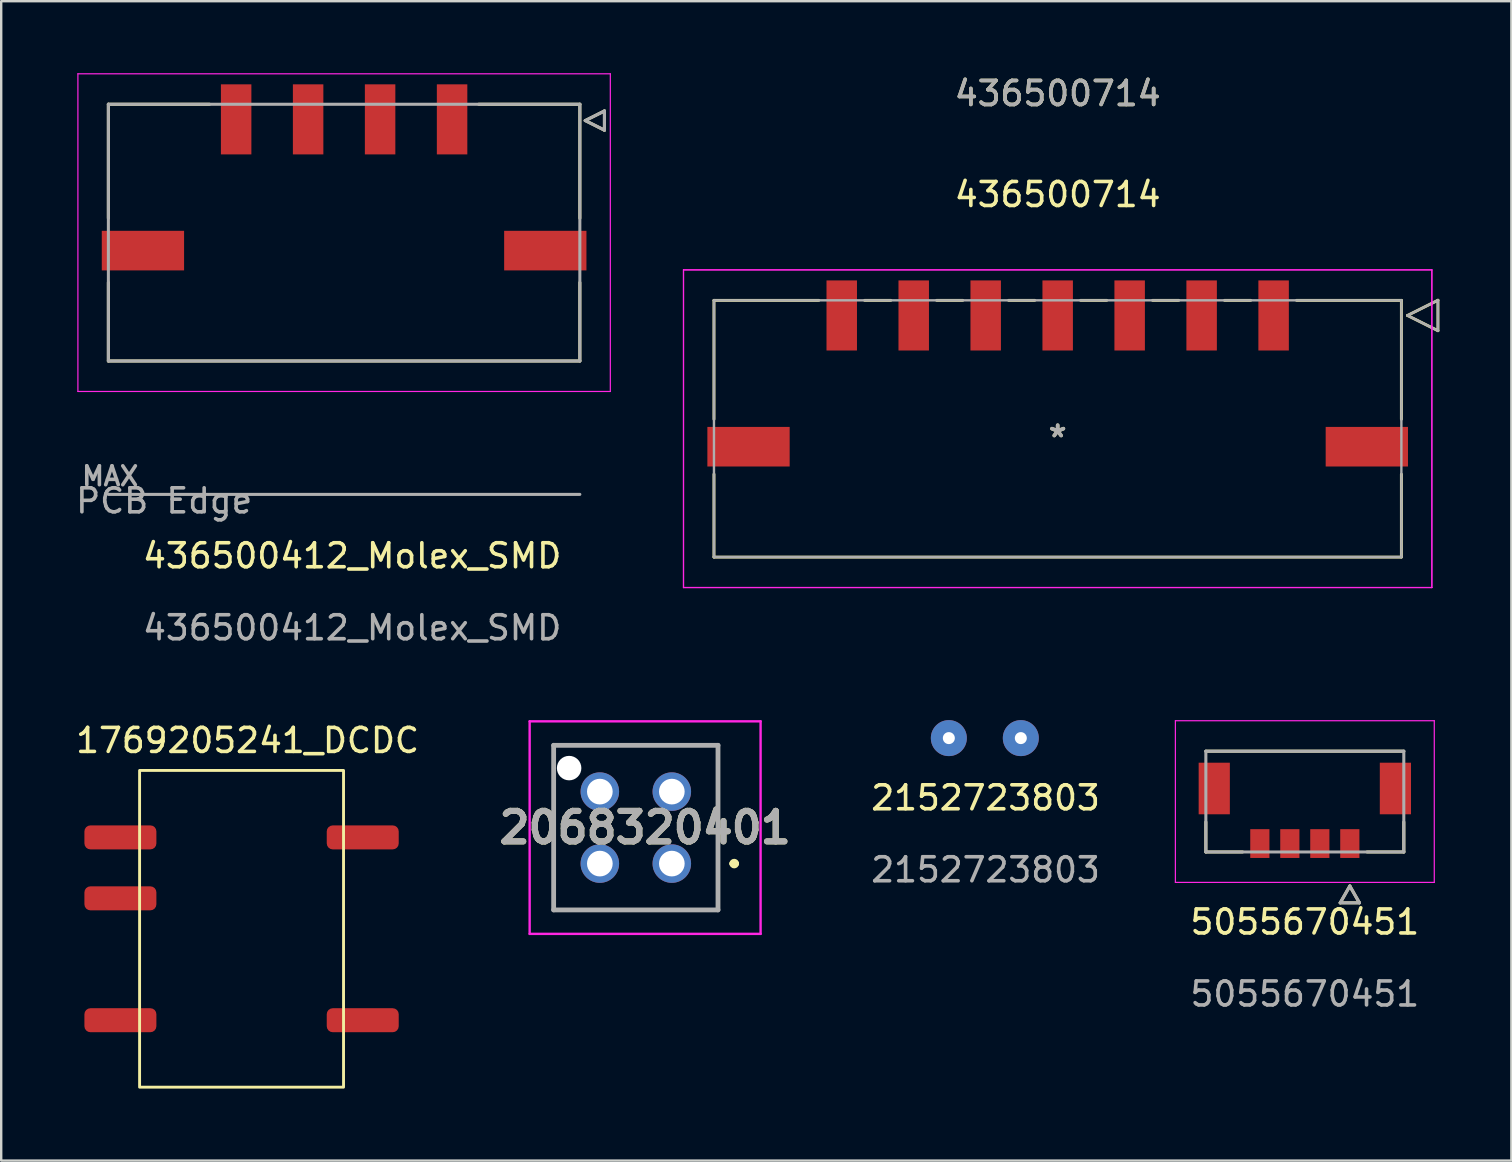
<source format=kicad_pcb>
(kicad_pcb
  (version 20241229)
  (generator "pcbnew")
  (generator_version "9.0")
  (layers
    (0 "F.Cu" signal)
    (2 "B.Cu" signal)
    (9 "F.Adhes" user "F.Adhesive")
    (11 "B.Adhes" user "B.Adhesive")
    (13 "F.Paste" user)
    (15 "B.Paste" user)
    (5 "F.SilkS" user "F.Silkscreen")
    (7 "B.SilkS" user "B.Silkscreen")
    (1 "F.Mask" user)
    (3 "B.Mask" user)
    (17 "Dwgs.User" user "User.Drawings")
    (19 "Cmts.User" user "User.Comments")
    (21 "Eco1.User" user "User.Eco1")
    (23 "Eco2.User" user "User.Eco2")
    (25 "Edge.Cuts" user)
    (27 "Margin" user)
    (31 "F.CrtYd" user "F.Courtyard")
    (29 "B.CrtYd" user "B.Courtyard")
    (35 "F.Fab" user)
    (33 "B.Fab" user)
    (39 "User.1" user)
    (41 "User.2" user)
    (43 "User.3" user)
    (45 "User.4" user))
  (footprint "436500714"
    (layer "F.Cu")
    (at 41.032 15.218)
    (property "Reference" "436500714" (at 0 -10.16 0) (layer "F.SilkS") (effects (font (size 1 1) (thickness 0.15))))
    (attr through_hole)
    (fp_line (start -14.325 -5.75) (end -14.325 -0.795) (stroke (width 0.12) (type solid)) (layer "F.SilkS"))
    (fp_line (start -14.325 1.495) (end -14.325 4.95) (stroke (width 0.12) (type solid)) (layer "F.SilkS"))
    (fp_line (start -14.325 4.95) (end 14.325 4.95) (stroke (width 0.12) (type solid)) (layer "F.SilkS"))
    (fp_line (start -9.955 -5.75) (end -14.325 -5.75) (stroke (width 0.12) (type solid)) (layer "F.SilkS"))
    (fp_line (start -6.955 -5.75) (end -8.045 -5.75) (stroke (width 0.12) (type solid)) (layer "F.SilkS"))
    (fp_line (start -3.955 -5.75) (end -5.045 -5.75) (stroke (width 0.12) (type solid)) (layer "F.SilkS"))
    (fp_line (start -0.955 -5.75) (end -2.045 -5.75) (stroke (width 0.12) (type solid)) (layer "F.SilkS"))
    (fp_line (start 2.045 -5.75) (end 0.955 -5.75) (stroke (width 0.12) (type solid)) (layer "F.SilkS"))
    (fp_line (start 5.045 -5.75) (end 3.955 -5.75) (stroke (width 0.12) (type solid)) (layer "F.SilkS"))
    (fp_line (start 8.045 -5.75) (end 6.955 -5.75) (stroke (width 0.12) (type solid)) (layer "F.SilkS"))
    (fp_line (start 14.325 -5.75) (end 9.955 -5.75) (stroke (width 0.12) (type solid)) (layer "F.SilkS"))
    (fp_line (start 14.325 -0.795) (end 14.325 -5.75) (stroke (width 0.12) (type solid)) (layer "F.SilkS"))
    (fp_line (start 14.325 4.95) (end 14.325 1.495) (stroke (width 0.12) (type solid)) (layer "F.SilkS"))
    (fp_line (start 14.579 -5.12) (end 15.849 -5.755) (stroke (width 0.12) (type solid)) (layer "F.SilkS"))
    (fp_line (start 15.849 -5.755) (end 15.849 -4.485) (stroke (width 0.12) (type solid)) (layer "F.SilkS"))
    (fp_line (start 15.849 -4.485) (end 14.579 -5.12) (stroke (width 0.12) (type solid)) (layer "F.SilkS"))
    (fp_line (start -15.595 -7.02) (end -15.595 6.22) (stroke (width 0.05) (type solid)) (layer "F.CrtYd"))
    (fp_line (start -15.595 -7.02) (end -15.595 6.22) (stroke (width 0.05) (type solid)) (layer "F.CrtYd"))
    (fp_line (start -15.595 6.22) (end 15.595 6.22) (stroke (width 0.05) (type solid)) (layer "F.CrtYd"))
    (fp_line (start -15.595 6.22) (end 15.595 6.22) (stroke (width 0.05) (type solid)) (layer "F.CrtYd"))
    (fp_line (start 15.595 -7.02) (end -15.595 -7.02) (stroke (width 0.05) (type solid)) (layer "F.CrtYd"))
    (fp_line (start 15.595 -7.02) (end -15.595 -7.02) (stroke (width 0.05) (type solid)) (layer "F.CrtYd"))
    (fp_line (start 15.595 6.22) (end 15.595 -7.02) (stroke (width 0.05) (type solid)) (layer "F.CrtYd"))
    (fp_line (start 15.595 6.22) (end 15.595 -7.02) (stroke (width 0.05) (type solid)) (layer "F.CrtYd"))
    (fp_line (start -14.325 -5.75) (end -14.325 4.95) (stroke (width 0.1) (type solid)) (layer "F.Fab"))
    (fp_line (start -14.325 4.95) (end 14.325 4.95) (stroke (width 0.1) (type solid)) (layer "F.Fab"))
    (fp_line (start 14.325 -5.75) (end -14.325 -5.75) (stroke (width 0.1) (type solid)) (layer "F.Fab"))
    (fp_line (start 14.325 4.95) (end 14.325 -5.75) (stroke (width 0.1) (type solid)) (layer "F.Fab"))
    (fp_line (start 14.579 -5.12) (end 15.849 -5.755) (stroke (width 0.1) (type solid)) (layer "F.Fab"))
    (fp_line (start 15.849 -5.755) (end 15.849 -4.485) (stroke (width 0.1) (type solid)) (layer "F.Fab"))
    (fp_line (start 15.849 -4.485) (end 14.579 -5.12) (stroke (width 0.1) (type solid)) (layer "F.Fab"))
    (fp_text user "*" (at 0 0 0) (layer "F.SilkS") (effects (font (size 1 1) (thickness 0.15))))
    (fp_text user "436500714" (at 0 -14.37 0) (layer "F.SilkS") (effects (font (size 1 1) (thickness 0.15))))
    (fp_text user "Copyright 2021 Accelerated Designs. All rights reserved." (at 0 0 0) (layer "Cmts.User") (effects (font (size 0.127 0.127) (thickness 0.002))))
    (fp_text user "436500714" (at 0 -14.37 0) (layer "F.Fab") (effects (font (size 1 1) (thickness 0.15))))
    (fp_text user "*" (at 0 0 0) (layer "F.Fab") (effects (font (size 1 1) (thickness 0.15))))
    (pad "1" smd rect (at 9 -5.12) (size 1.27 2.92) (layers "F.Cu" "F.Mask" "F.Paste"))
    (pad "2" smd rect (at 6 -5.12) (size 1.27 2.92) (layers "F.Cu" "F.Mask" "F.Paste"))
    (pad "3" smd rect (at 3 -5.12) (size 1.27 2.92) (layers "F.Cu" "F.Mask" "F.Paste"))
    (pad "4" smd rect (at 0 -5.12) (size 1.27 2.92) (layers "F.Cu" "F.Mask" "F.Paste"))
    (pad "5" smd rect (at -3 -5.12) (size 1.27 2.92) (layers "F.Cu" "F.Mask" "F.Paste"))
    (pad "6" smd rect (at -6 -5.12) (size 1.27 2.92) (layers "F.Cu" "F.Mask" "F.Paste"))
    (pad "7" smd rect (at -9 -5.12) (size 1.27 2.92) (layers "F.Cu" "F.Mask" "F.Paste"))
    (pad "P1" smd rect (at 12.885 0.35) (size 3.43 1.65) (layers "F.Cu" "F.Mask" "F.Paste"))
    (pad "P2" smd rect (at -12.885 0.35) (size 3.43 1.65) (layers "F.Cu" "F.Mask" "F.Paste")))
  (footprint "5055670451"
    (layer "F.Cu")
    (at 51.333 29.918)
    (property "Reference" "5055670451" (at 0 5.46 0) (unlocked yes) (layer "F.SilkS") (effects (font (size 1 1) (thickness 0.15))))
    (attr smd)
    (fp_poly (pts (xy -4.501 -1.256) (xy -3.049 -1.256) (xy -3.049 1.046) (xy -4.501 1.046)) (stroke (width 0.01) (type solid)) (fill yes) (layer "F.Mask"))
    (fp_poly (pts (xy -2.351 1.514) (xy -1.399 1.514) (xy -1.399 2.866) (xy -2.351 2.866)) (stroke (width 0.01) (type solid)) (fill yes) (layer "F.Mask"))
    (fp_poly (pts (xy -1.101 1.514) (xy -0.149 1.514) (xy -0.149 2.866) (xy -1.101 2.866)) (stroke (width 0.01) (type solid)) (fill yes) (layer "F.Mask"))
    (fp_poly (pts (xy 0.149 1.514) (xy 1.101 1.514) (xy 1.101 2.866) (xy 0.149 2.866)) (stroke (width 0.01) (type solid)) (fill yes) (layer "F.Mask"))
    (fp_poly (pts (xy 1.399 1.514) (xy 2.351 1.514) (xy 2.351 2.866) (xy 1.399 2.866)) (stroke (width 0.01) (type solid)) (fill yes) (layer "F.Mask"))
    (fp_poly (pts (xy 3.049 -1.256) (xy 4.501 -1.256) (xy 4.501 1.046) (xy 3.049 1.046)) (stroke (width 0.01) (type solid)) (fill yes) (layer "F.Mask"))
    (fp_line (start -4.125 2.54) (end -4.125 1.29) (stroke (width 0.127) (type solid)) (layer "F.SilkS"))
    (fp_line (start -2.595 2.54) (end -4.125 2.54) (stroke (width 0.127) (type solid)) (layer "F.SilkS"))
    (fp_line (start 1.475 4.66) (end 2.275 4.66) (stroke (width 0.127) (type solid)) (layer "F.SilkS"))
    (fp_line (start 1.875 3.96) (end 1.475 4.66) (stroke (width 0.127) (type solid)) (layer "F.SilkS"))
    (fp_line (start 2.275 4.66) (end 1.875 3.96) (stroke (width 0.127) (type solid)) (layer "F.SilkS"))
    (fp_line (start 4.125 -1.66) (end -4.125 -1.66) (stroke (width 0.127) (type solid)) (layer "F.SilkS"))
    (fp_line (start 4.125 1.29) (end 4.125 2.54) (stroke (width 0.127) (type solid)) (layer "F.SilkS"))
    (fp_line (start 4.125 2.54) (end 2.595 2.54) (stroke (width 0.127) (type solid)) (layer "F.SilkS"))
    (fp_line (start -5.395 -2.93) (end 5.395 -2.93) (stroke (width 0.05) (type solid)) (layer "F.CrtYd"))
    (fp_line (start -5.395 3.81) (end -5.395 -2.93) (stroke (width 0.05) (type solid)) (layer "F.CrtYd"))
    (fp_line (start -5.395 3.81) (end 5.395 3.81) (stroke (width 0.05) (type solid)) (layer "F.CrtYd"))
    (fp_line (start 5.395 -2.93) (end 5.395 3.81) (stroke (width 0.05) (type solid)) (layer "F.CrtYd"))
    (fp_line (start -4.125 -1.66) (end 4.125 -1.66) (stroke (width 0.127) (type solid)) (layer "F.Fab"))
    (fp_line (start -4.125 2.54) (end -4.125 -1.66) (stroke (width 0.127) (type solid)) (layer "F.Fab"))
    (fp_line (start 1.475 4.66) (end 2.275 4.66) (stroke (width 0.127) (type solid)) (layer "F.Fab"))
    (fp_line (start 1.875 3.96) (end 1.475 4.66) (stroke (width 0.127) (type solid)) (layer "F.Fab"))
    (fp_line (start 2.275 4.66) (end 1.875 3.96) (stroke (width 0.127) (type solid)) (layer "F.Fab"))
    (fp_line (start 4.125 -1.66) (end 4.125 2.54) (stroke (width 0.127) (type solid)) (layer "F.Fab"))
    (fp_line (start 4.125 2.54) (end -4.125 2.54) (stroke (width 0.127) (type solid)) (layer "F.Fab"))
    (fp_text user "${REFERENCE}" (at 0 8.46 0) (unlocked yes) (layer "F.Fab") (effects (font (size 1 1) (thickness 0.15))))
    (pad "1" smd rect (at 1.875 2.19) (size 0.8 1.2) (layers "F.Cu" "F.Paste"))
    (pad "2" smd rect (at 0.625 2.19) (size 0.8 1.2) (layers "F.Cu" "F.Paste"))
    (pad "3" smd rect (at -0.625 2.19) (size 0.8 1.2) (layers "F.Cu" "F.Paste"))
    (pad "4" smd rect (at -1.875 2.19) (size 0.8 1.2) (layers "F.Cu" "F.Paste"))
    (pad "S1" smd rect (at -3.775 -0.105) (size 1.3 2.15) (layers "F.Cu" "F.Paste"))
    (pad "S2" smd rect (at 3.775 -0.105) (size 1.3 2.15) (layers "F.Cu" "F.Paste"))
    (zone (net_name "") (layer "F.Cu") (hatch full 0.508) (connect_pads) (min_thickness 0.01) (filled_areas_thickness no) (keepout (tracks not_allowed) (vias not_allowed) (pads not_allowed) (copperpour not_allowed) (footprints allowed)) (placement (enabled no)) (fill) (polygon (pts (xy 49.058 32.908) (xy 46.608 32.908) (xy 46.608 30.888) (xy 48.208 30.888) (xy 48.208 28.738) (xy 47.408 28.738) (xy 47.408 27.438) (xy 49.608 27.438) (xy 49.608 31.508) (xy 49.058 31.508))))
    (zone (net_name "") (layer "F.Cu") (hatch full 0.508) (connect_pads) (min_thickness 0.01) (filled_areas_thickness no) (keepout (tracks not_allowed) (vias not_allowed) (pads not_allowed) (copperpour not_allowed) (footprints allowed)) (placement (enabled no)) (fill) (polygon (pts (xy 53.058 27.438) (xy 53.058 31.508) (xy 53.608 31.508) (xy 53.608 32.908) (xy 56.058 32.908) (xy 56.058 30.888) (xy 54.458 30.888) (xy 54.458 28.738) (xy 55.258 28.738) (xy 55.258 27.438))))
    (zone (net_name "") (layers "F.Cu" "B.Cu") (hatch full 0.508) (connect_pads) (min_thickness 0.01) (filled_areas_thickness no) (keepout (tracks allowed) (vias not_allowed) (pads allowed) (copperpour allowed) (footprints allowed)) (placement (enabled no)) (fill) (polygon (pts (xy 49.058 32.908) (xy 46.608 32.908) (xy 46.608 30.888) (xy 48.208 30.888) (xy 48.208 28.738) (xy 47.408 28.738) (xy 47.408 27.438) (xy 49.608 27.438) (xy 49.608 31.508) (xy 49.058 31.508))))
    (zone (net_name "") (layers "F.Cu" "B.Cu") (hatch full 0.508) (connect_pads) (min_thickness 0.01) (filled_areas_thickness no) (keepout (tracks allowed) (vias not_allowed) (pads allowed) (copperpour allowed) (footprints allowed)) (placement (enabled no)) (fill) (polygon (pts (xy 53.058 27.438) (xy 53.058 31.508) (xy 53.608 31.508) (xy 53.608 32.908) (xy 56.058 32.908) (xy 56.058 30.888) (xy 54.458 30.888) (xy 54.458 28.738) (xy 55.258 28.738) (xy 55.258 27.438)))))
  (footprint "2152723803"
    (layer "F.Cu")
    (at 37.996 27.713)
    (property "Reference" "2152723803" (at 0.03 2.49 0) (unlocked yes) (layer "F.SilkS") (effects (font (size 1 1) (thickness 0.15))))
    (attr through_hole)
    (fp_text user "${REFERENCE}" (at 0.03 5.49 0) (unlocked yes) (layer "F.Fab") (effects (font (size 1 1) (thickness 0.15))))
    (pad "1" thru_hole circle (at -1.5 0) (size 1.5 1.5) (drill 0.5) (layers "*.Cu" "*.Mask"))
    (pad "2" thru_hole circle (at 1.5 0) (size 1.5 1.5) (drill 0.5) (layers "*.Cu" "*.Mask")))
  (footprint "1769205241_DCDC"
    (layer "F.Cu")
    (at 2.768 29.061)
    (property "Reference" "1769205241_DCDC" (at 4.5 -1.25 0) (unlocked yes) (layer "F.SilkS") (effects (font (size 1 1) (thickness 0.15))))
    (attr smd)
    (fp_rect (start 0 0) (end 8.5 13.2) (stroke (width 0.12) (type solid)) (fill no) (layer "F.SilkS"))
    (pad "1" smd roundrect (at -0.8 2.79) (size 3 1) (layers "F.Cu" "F.Mask" "F.Paste") (roundrect_rratio 0.25))
    (pad "2" smd roundrect (at -0.8 5.33) (size 3 1) (layers "F.Cu" "F.Mask" "F.Paste") (roundrect_rratio 0.25))
    (pad "4" smd roundrect (at -0.8 10.41) (size 3 1) (layers "F.Cu" "F.Mask" "F.Paste") (roundrect_rratio 0.25))
    (pad "5" smd roundrect (at 9.3 10.41) (size 3 1) (layers "F.Cu" "F.Mask" "F.Paste") (roundrect_rratio 0.25))
    (pad "8" smd roundrect (at 9.3 2.79) (size 3 1) (layers "F.Cu" "F.Mask" "F.Paste") (roundrect_rratio 0.25)))
  (footprint "436500412_Molex_SMD"
    (layer "F.Cu")
    (at 11.627 7.645)
    (property "Reference" "436500412_Molex_SMD" (at 0 12.47 0) (unlocked yes) (layer "F.SilkS") (effects (font (size 1 1) (thickness 0.15))))
    (attr smd)
    (fp_poly (pts (xy -10.511 -1.151) (xy -6.929 -1.151) (xy -6.929 0.651) (xy -10.511 0.651)) (stroke (width 0.01) (type solid)) (fill yes) (layer "F.Mask"))
    (fp_poly (pts (xy -5.546 -7.256) (xy -4.124 -7.256) (xy -4.124 -4.184) (xy -5.546 -4.184)) (stroke (width 0.01) (type solid)) (fill yes) (layer "F.Mask"))
    (fp_poly (pts (xy -2.546 -7.256) (xy -1.124 -7.256) (xy -1.124 -4.184) (xy -2.546 -4.184)) (stroke (width 0.01) (type solid)) (fill yes) (layer "F.Mask"))
    (fp_poly (pts (xy 0.454 -7.256) (xy 1.876 -7.256) (xy 1.876 -4.184) (xy 0.454 -4.184)) (stroke (width 0.01) (type solid)) (fill yes) (layer "F.Mask"))
    (fp_poly (pts (xy 3.454 -7.256) (xy 4.876 -7.256) (xy 4.876 -4.184) (xy 3.454 -4.184)) (stroke (width 0.01) (type solid)) (fill yes) (layer "F.Mask"))
    (fp_poly (pts (xy 6.259 -1.151) (xy 9.841 -1.151) (xy 9.841 0.651) (xy 6.259 0.651)) (stroke (width 0.01) (type solid)) (fill yes) (layer "F.Mask"))
    (fp_line (start -10.16 -6.35) (end -10.16 -1.6) (stroke (width 0.127) (type solid)) (layer "F.SilkS"))
    (fp_line (start -10.16 -6.35) (end -5.945 -6.35) (stroke (width 0.127) (type solid)) (layer "F.SilkS"))
    (fp_line (start -10.16 1.08) (end -10.16 4.35) (stroke (width 0.127) (type solid)) (layer "F.SilkS"))
    (fp_line (start 9.49 -6.35) (end 5.275 -6.35) (stroke (width 0.127) (type solid)) (layer "F.SilkS"))
    (fp_line (start 9.49 -6.35) (end 9.49 -1.6) (stroke (width 0.127) (type solid)) (layer "F.SilkS"))
    (fp_line (start 9.49 4.35) (end -10.16 4.35) (stroke (width 0.127) (type solid)) (layer "F.SilkS"))
    (fp_line (start 9.49 4.35) (end 9.49 1.08) (stroke (width 0.127) (type solid)) (layer "F.SilkS"))
    (fp_line (start 9.715 -5.67) (end 10.515 -6.07) (stroke (width 0.127) (type solid)) (layer "F.SilkS"))
    (fp_line (start 10.515 -6.07) (end 10.515 -5.27) (stroke (width 0.127) (type solid)) (layer "F.SilkS"))
    (fp_line (start 10.515 -5.27) (end 9.715 -5.67) (stroke (width 0.127) (type solid)) (layer "F.SilkS"))
    (fp_line (start -11.43 -7.62) (end 10.76 -7.62) (stroke (width 0.05) (type solid)) (layer "F.CrtYd"))
    (fp_line (start -11.43 5.62) (end -11.43 -7.62) (stroke (width 0.05) (type solid)) (layer "F.CrtYd"))
    (fp_line (start 10.76 5.62) (end -11.43 5.62) (stroke (width 0.05) (type solid)) (layer "F.CrtYd"))
    (fp_line (start 10.76 5.62) (end 10.76 -7.62) (stroke (width 0.05) (type solid)) (layer "F.CrtYd"))
    (fp_line (start -10.16 -6.35) (end 9.49 -6.35) (stroke (width 0.127) (type solid)) (layer "F.Fab"))
    (fp_line (start -10.16 4.35) (end -10.16 -6.35) (stroke (width 0.127) (type solid)) (layer "F.Fab"))
    (fp_line (start 9.49 4.35) (end -10.16 4.35) (stroke (width 0.127) (type solid)) (layer "F.Fab"))
    (fp_line (start 9.49 4.35) (end 9.49 -6.35) (stroke (width 0.127) (type solid)) (layer "F.Fab"))
    (fp_line (start 9.49 9.91) (end -10.16 9.91) (stroke (width 0.127) (type solid)) (layer "F.Fab"))
    (fp_line (start 9.715 -5.67) (end 10.515 -6.07) (stroke (width 0.127) (type solid)) (layer "F.Fab"))
    (fp_line (start 10.515 -6.07) (end 10.515 -5.27) (stroke (width 0.127) (type solid)) (layer "F.Fab"))
    (fp_line (start 10.515 -5.27) (end 9.715 -5.67) (stroke (width 0.127) (type solid)) (layer "F.Fab"))
    (fp_text user "${REFERENCE}" (at 0 15.47 0) (unlocked yes) (layer "F.Fab") (effects (font (size 1 1) (thickness 0.15))))
    (fp_text user "MAX" (at -10.085 9.15 0) (layer "F.Fab") (effects (font (size 0.787 0.787) (thickness 0.15))))
    (fp_text user "PCB Edge" (at -7.835 10.18 0) (layer "F.Fab") (effects (font (size 1 1) (thickness 0.15))))
    (pad "1" smd rect (at 4.165 -5.72) (size 1.27 2.92) (layers "F.Cu" "F.Paste"))
    (pad "2" smd rect (at 1.165 -5.72) (size 1.27 2.92) (layers "F.Cu" "F.Paste"))
    (pad "3" smd rect (at -1.835 -5.72) (size 1.27 2.92) (layers "F.Cu" "F.Paste"))
    (pad "4" smd rect (at -4.835 -5.72) (size 1.27 2.92) (layers "F.Cu" "F.Paste"))
    (pad "S1" smd rect (at 8.05 -0.25) (size 3.43 1.65) (layers "F.Cu" "F.Paste"))
    (pad "S2" smd rect (at -8.72 -0.25) (size 3.43 1.65) (layers "F.Cu" "F.Paste"))
    (zone (net_name "") (layer "F.Cu") (hatch full 0.508) (connect_pads) (min_thickness 0.01) (filled_areas_thickness no) (keepout (tracks not_allowed) (vias not_allowed) (pads not_allowed) (copperpour not_allowed) (footprints allowed)) (placement (enabled no)) (fill) (polygon (pts (xy 2.717 3.745) (xy 5.167 3.745) (xy 5.167 5.345) (xy 2.717 5.345))))
    (zone (net_name "") (layer "F.Cu") (hatch full 0.508) (connect_pads) (min_thickness 0.01) (filled_areas_thickness no) (keepout (tracks not_allowed) (vias not_allowed) (pads not_allowed) (copperpour not_allowed) (footprints allowed)) (placement (enabled no)) (fill) (polygon (pts (xy 17.417 3.745) (xy 19.867 3.745) (xy 19.867 5.345) (xy 17.417 5.345))))
    (zone (net_name "") (layers "F.Cu" "B.Cu") (hatch full 0.508) (connect_pads) (min_thickness 0.01) (filled_areas_thickness no) (keepout (tracks allowed) (vias not_allowed) (pads allowed) (copperpour allowed) (footprints allowed)) (placement (enabled no)) (fill) (polygon (pts (xy 2.717 3.745) (xy 5.167 3.745) (xy 5.167 5.345) (xy 2.717 5.345))))
    (zone (net_name "") (layers "F.Cu" "B.Cu") (hatch full 0.508) (connect_pads) (min_thickness 0.01) (filled_areas_thickness no) (keepout (tracks allowed) (vias not_allowed) (pads allowed) (copperpour allowed) (footprints allowed)) (placement (enabled no)) (fill) (polygon (pts (xy 17.417 3.745) (xy 19.867 3.745) (xy 19.867 5.345) (xy 17.417 5.345)))))
  (footprint "2068320401"
    (layer "F.Cu")
    (at 24.95 32.943)
    (property "Reference" "2068320401" (at -1.113 -1.5 0) (layer "F.SilkS") (effects (font (size 1.27 1.27) (thickness 0.254))))
    (attr through_hole)
    (fp_line (start -4.925 -4.93) (end 1.925 -4.93) (stroke (width 0.1) (type solid)) (layer "F.SilkS"))
    (fp_line (start -4.925 1.93) (end -4.925 -4.93) (stroke (width 0.1) (type solid)) (layer "F.SilkS"))
    (fp_line (start 1.925 -4.93) (end 1.925 1.93) (stroke (width 0.1) (type solid)) (layer "F.SilkS"))
    (fp_line (start 1.925 1.93) (end -4.925 1.93) (stroke (width 0.1) (type solid)) (layer "F.SilkS"))
    (fp_line (start 2.5 0) (end 2.5 0) (stroke (width 0.2) (type solid)) (layer "F.SilkS"))
    (fp_line (start 2.7 0) (end 2.7 0) (stroke (width 0.2) (type solid)) (layer "F.SilkS"))
    (fp_arc (start 2.5 0) (mid 2.6 -0.1) (end 2.7 0) (stroke (width 0.2) (type solid)) (layer "F.SilkS"))
    (fp_arc (start 2.7 0) (mid 2.6 0.1) (end 2.5 0) (stroke (width 0.2) (type solid)) (layer "F.SilkS"))
    (fp_line (start -5.925 -5.93) (end 3.7 -5.93) (stroke (width 0.1) (type solid)) (layer "F.CrtYd"))
    (fp_line (start -5.925 2.93) (end -5.925 -5.93) (stroke (width 0.1) (type solid)) (layer "F.CrtYd"))
    (fp_line (start 3.7 -5.93) (end 3.7 2.93) (stroke (width 0.1) (type solid)) (layer "F.CrtYd"))
    (fp_line (start 3.7 2.93) (end -5.925 2.93) (stroke (width 0.1) (type solid)) (layer "F.CrtYd"))
    (fp_line (start -4.925 -4.93) (end 1.925 -4.93) (stroke (width 0.2) (type solid)) (layer "F.Fab"))
    (fp_line (start -4.925 1.93) (end -4.925 -4.93) (stroke (width 0.2) (type solid)) (layer "F.Fab"))
    (fp_line (start 1.925 -4.93) (end 1.925 1.93) (stroke (width 0.2) (type solid)) (layer "F.Fab"))
    (fp_line (start 1.925 1.93) (end -4.925 1.93) (stroke (width 0.2) (type solid)) (layer "F.Fab"))
    (fp_text user "${REFERENCE}" (at -1.113 -1.5 0) (layer "F.Fab") (effects (font (size 1.27 1.27) (thickness 0.254))))
    (pad "" np_thru_hole circle (at -4.28 -3.98) (size 1.02 1.02) (drill 1.02) (layers "*.Cu" "*.Mask"))
    (pad "1" thru_hole circle (at 0 0) (size 1.605 1.605) (drill 1.07) (layers "*.Cu" "*.Mask"))
    (pad "2" thru_hole circle (at 0 -3) (size 1.605 1.605) (drill 1.07) (layers "*.Cu" "*.Mask"))
    (pad "3" thru_hole circle (at -3 0) (size 1.605 1.605) (drill 1.07) (layers "*.Cu" "*.Mask"))
    (pad "4" thru_hole circle (at -3 -3) (size 1.605 1.605) (drill 1.07) (layers "*.Cu" "*.Mask")))
  (gr_rect
    (start -3 -3)
    (end 59.941 45.322)
    (stroke (width 0.1) (type default))
    (fill no)
    (layer "Edge.Cuts")))
</source>
